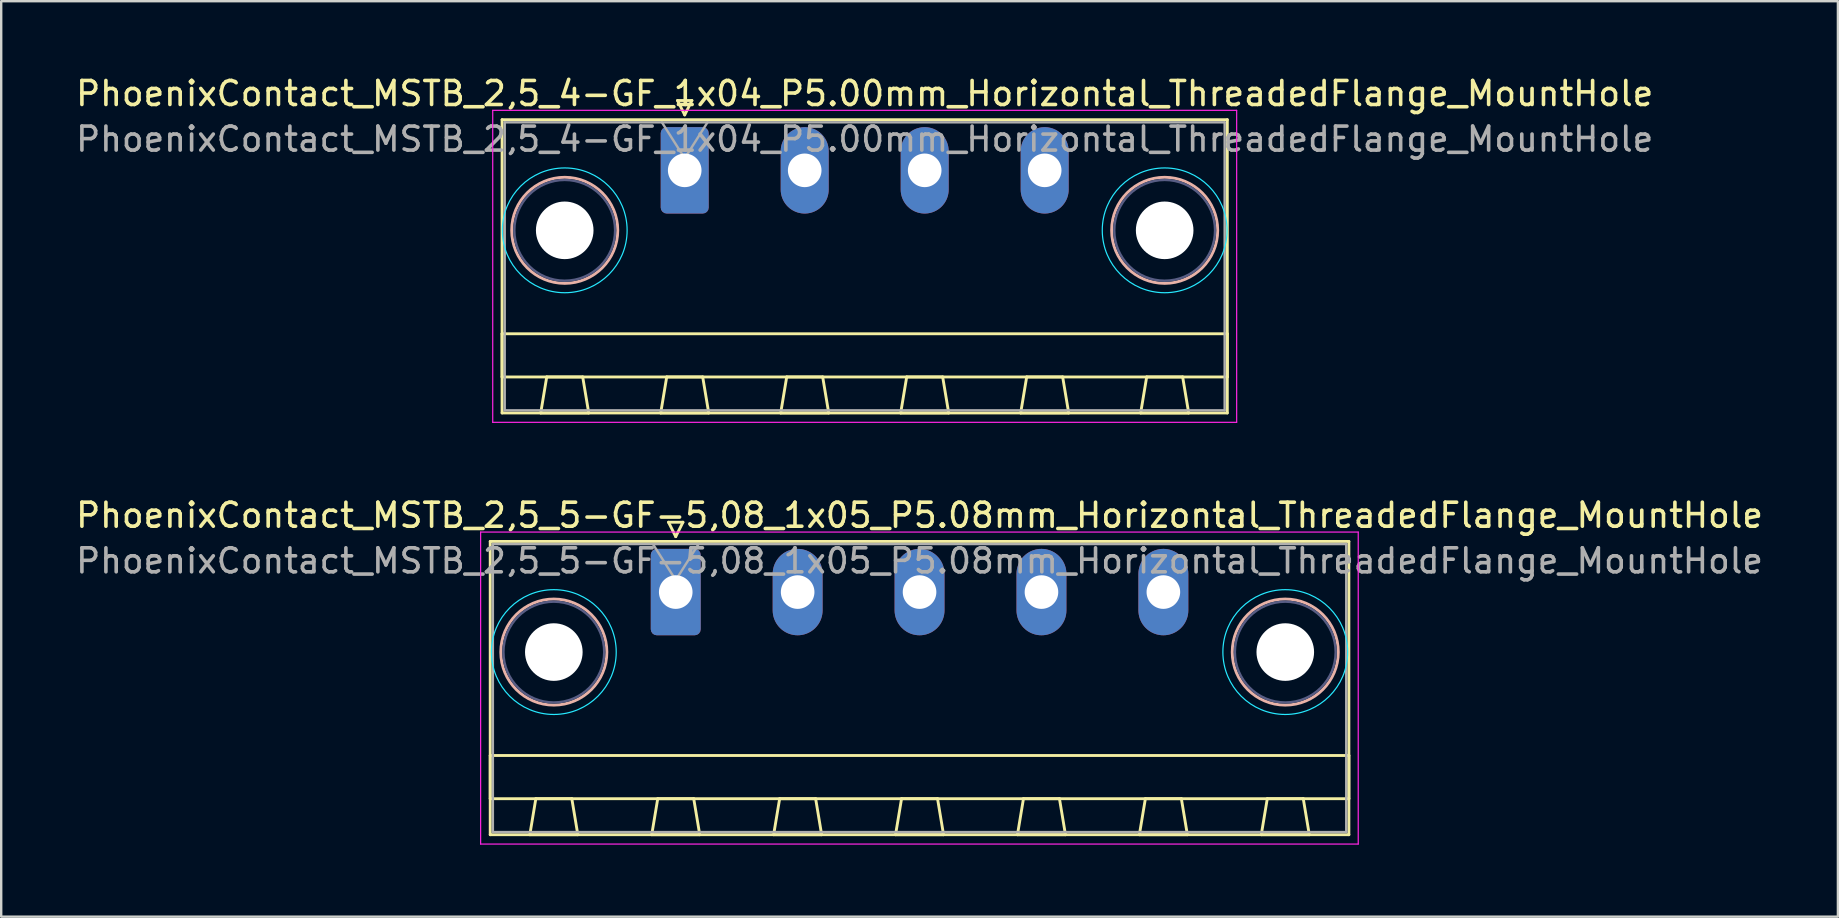
<source format=kicad_pcb>
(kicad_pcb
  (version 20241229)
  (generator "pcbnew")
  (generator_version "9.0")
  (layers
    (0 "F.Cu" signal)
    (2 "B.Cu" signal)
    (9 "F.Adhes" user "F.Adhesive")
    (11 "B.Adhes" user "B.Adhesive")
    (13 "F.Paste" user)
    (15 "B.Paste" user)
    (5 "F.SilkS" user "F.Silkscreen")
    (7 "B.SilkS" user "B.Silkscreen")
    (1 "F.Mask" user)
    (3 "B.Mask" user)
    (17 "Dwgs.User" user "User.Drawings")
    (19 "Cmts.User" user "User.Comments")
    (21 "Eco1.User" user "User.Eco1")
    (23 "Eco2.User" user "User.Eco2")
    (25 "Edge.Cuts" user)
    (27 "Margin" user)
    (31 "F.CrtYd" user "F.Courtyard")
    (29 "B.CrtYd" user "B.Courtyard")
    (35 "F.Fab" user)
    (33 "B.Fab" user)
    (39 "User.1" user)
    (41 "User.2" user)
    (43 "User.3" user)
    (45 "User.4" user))
  (footprint "PhoenixContact_MSTB_2,5_4-GF_1x04_P5.00mm_Horizontal_ThreadedFlange_MountHole"
    (layer "F.Cu")
    (at 25.482 4.048)
    (property "Reference" "PhoenixContact_MSTB_2,5_4-GF_1x04_P5.00mm_Horizontal_ThreadedFlange_MountHole" (at 7.5 -3.2 0) (layer "F.SilkS") (effects (font (size 1 1) (thickness 0.15))))
    (attr through_hole)
    (fp_line (start -7.61 -2.11) (end -7.61 10.11) (stroke (width 0.12) (type solid)) (layer "F.SilkS"))
    (fp_line (start -7.61 6.81) (end 22.61 6.81) (stroke (width 0.12) (type solid)) (layer "F.SilkS"))
    (fp_line (start -7.61 8.61) (end -7.61 6.81) (stroke (width 0.12) (type solid)) (layer "F.SilkS"))
    (fp_line (start -7.61 10.11) (end 22.61 10.11) (stroke (width 0.12) (type solid)) (layer "F.SilkS"))
    (fp_line (start -6 10.11) (end -4 10.11) (stroke (width 0.12) (type solid)) (layer "F.SilkS"))
    (fp_line (start -5.75 8.61) (end -6 10.11) (stroke (width 0.12) (type solid)) (layer "F.SilkS"))
    (fp_line (start -4.25 8.61) (end -5.75 8.61) (stroke (width 0.12) (type solid)) (layer "F.SilkS"))
    (fp_line (start -4 10.11) (end -4.25 8.61) (stroke (width 0.12) (type solid)) (layer "F.SilkS"))
    (fp_line (start -1 10.11) (end 1 10.11) (stroke (width 0.12) (type solid)) (layer "F.SilkS"))
    (fp_line (start -0.75 8.61) (end -1 10.11) (stroke (width 0.12) (type solid)) (layer "F.SilkS"))
    (fp_line (start -0.3 -2.91) (end 0.3 -2.91) (stroke (width 0.12) (type solid)) (layer "F.SilkS"))
    (fp_line (start 0 -2.31) (end -0.3 -2.91) (stroke (width 0.12) (type solid)) (layer "F.SilkS"))
    (fp_line (start 0.3 -2.91) (end 0 -2.31) (stroke (width 0.12) (type solid)) (layer "F.SilkS"))
    (fp_line (start 0.75 8.61) (end -0.75 8.61) (stroke (width 0.12) (type solid)) (layer "F.SilkS"))
    (fp_line (start 1 10.11) (end 0.75 8.61) (stroke (width 0.12) (type solid)) (layer "F.SilkS"))
    (fp_line (start 4 10.11) (end 6 10.11) (stroke (width 0.12) (type solid)) (layer "F.SilkS"))
    (fp_line (start 4.25 8.61) (end 4 10.11) (stroke (width 0.12) (type solid)) (layer "F.SilkS"))
    (fp_line (start 5.75 8.61) (end 4.25 8.61) (stroke (width 0.12) (type solid)) (layer "F.SilkS"))
    (fp_line (start 6 10.11) (end 5.75 8.61) (stroke (width 0.12) (type solid)) (layer "F.SilkS"))
    (fp_line (start 9 10.11) (end 11 10.11) (stroke (width 0.12) (type solid)) (layer "F.SilkS"))
    (fp_line (start 9.25 8.61) (end 9 10.11) (stroke (width 0.12) (type solid)) (layer "F.SilkS"))
    (fp_line (start 10.75 8.61) (end 9.25 8.61) (stroke (width 0.12) (type solid)) (layer "F.SilkS"))
    (fp_line (start 11 10.11) (end 10.75 8.61) (stroke (width 0.12) (type solid)) (layer "F.SilkS"))
    (fp_line (start 14 10.11) (end 16 10.11) (stroke (width 0.12) (type solid)) (layer "F.SilkS"))
    (fp_line (start 14.25 8.61) (end 14 10.11) (stroke (width 0.12) (type solid)) (layer "F.SilkS"))
    (fp_line (start 15.75 8.61) (end 14.25 8.61) (stroke (width 0.12) (type solid)) (layer "F.SilkS"))
    (fp_line (start 16 10.11) (end 15.75 8.61) (stroke (width 0.12) (type solid)) (layer "F.SilkS"))
    (fp_line (start 19 10.11) (end 21 10.11) (stroke (width 0.12) (type solid)) (layer "F.SilkS"))
    (fp_line (start 19.25 8.61) (end 19 10.11) (stroke (width 0.12) (type solid)) (layer "F.SilkS"))
    (fp_line (start 20.75 8.61) (end 19.25 8.61) (stroke (width 0.12) (type solid)) (layer "F.SilkS"))
    (fp_line (start 21 10.11) (end 20.75 8.61) (stroke (width 0.12) (type solid)) (layer "F.SilkS"))
    (fp_line (start 22.61 -2.11) (end -7.61 -2.11) (stroke (width 0.12) (type solid)) (layer "F.SilkS"))
    (fp_line (start 22.61 6.81) (end 22.61 8.61) (stroke (width 0.12) (type solid)) (layer "F.SilkS"))
    (fp_line (start 22.61 8.61) (end -7.61 8.61) (stroke (width 0.12) (type solid)) (layer "F.SilkS"))
    (fp_line (start 22.61 10.11) (end 22.61 -2.11) (stroke (width 0.12) (type solid)) (layer "F.SilkS"))
    (fp_circle (center -5 2.5) (end -2.79 2.5) (stroke (width 0.12) (type solid)) (fill no) (layer "B.SilkS"))
    (fp_circle (center 20 2.5) (end 22.21 2.5) (stroke (width 0.12) (type solid)) (fill no) (layer "B.SilkS"))
    (fp_circle (center -5 2.5) (end -2.4 2.5) (stroke (width 0.05) (type solid)) (fill no) (layer "B.CrtYd"))
    (fp_circle (center 20 2.5) (end 22.6 2.5) (stroke (width 0.05) (type solid)) (fill no) (layer "B.CrtYd"))
    (fp_line (start -8 -2.5) (end -8 10.5) (stroke (width 0.05) (type solid)) (layer "F.CrtYd"))
    (fp_line (start -8 10.5) (end 23 10.5) (stroke (width 0.05) (type solid)) (layer "F.CrtYd"))
    (fp_line (start 23 -2.5) (end -8 -2.5) (stroke (width 0.05) (type solid)) (layer "F.CrtYd"))
    (fp_line (start 23 10.5) (end 23 -2.5) (stroke (width 0.05) (type solid)) (layer "F.CrtYd"))
    (fp_circle (center -5 2.5) (end -2.9 2.5) (stroke (width 0.1) (type solid)) (fill no) (layer "B.Fab"))
    (fp_circle (center 20 2.5) (end 22.1 2.5) (stroke (width 0.1) (type solid)) (fill no) (layer "B.Fab"))
    (fp_line (start -7.5 -2) (end -7.5 10) (stroke (width 0.1) (type solid)) (layer "F.Fab"))
    (fp_line (start -7.5 10) (end 22.5 10) (stroke (width 0.1) (type solid)) (layer "F.Fab"))
    (fp_line (start 0 -0.5) (end -0.95 -2) (stroke (width 0.1) (type solid)) (layer "F.Fab"))
    (fp_line (start 0.95 -2) (end 0 -0.5) (stroke (width 0.1) (type solid)) (layer "F.Fab"))
    (fp_line (start 22.5 -2) (end -7.5 -2) (stroke (width 0.1) (type solid)) (layer "F.Fab"))
    (fp_line (start 22.5 10) (end 22.5 -2) (stroke (width 0.1) (type solid)) (layer "F.Fab"))
    (fp_text user "${REFERENCE}" (at 7.5 -1.3 0) (layer "F.Fab") (effects (font (size 1 1) (thickness 0.15))))
    (pad "" np_thru_hole circle (at -5 2.5) (size 2.4 2.4) (drill 2.4) (layers "*.Cu" "*.Mask"))
    (pad "" np_thru_hole circle (at 20 2.5) (size 2.4 2.4) (drill 2.4) (layers "*.Cu" "*.Mask"))
    (pad "1" thru_hole roundrect (at 0 0) (size 2 3.6) (drill 1.4) (layers "*.Cu" "*.Mask") (roundrect_rratio 0.125))
    (pad "2" thru_hole oval (at 5 0) (size 2 3.6) (drill 1.4) (layers "*.Cu" "*.Mask"))
    (pad "3" thru_hole oval (at 10 0) (size 2 3.6) (drill 1.4) (layers "*.Cu" "*.Mask"))
    (pad "4" thru_hole oval (at 15 0) (size 2 3.6) (drill 1.4) (layers "*.Cu" "*.Mask")))
  (footprint "PhoenixContact_MSTB_2,5_5-GF-5,08_1x05_P5.08mm_Horizontal_ThreadedFlange_MountHole"
    (layer "F.Cu")
    (at 25.108 21.622)
    (property "Reference" "PhoenixContact_MSTB_2,5_5-GF-5,08_1x05_P5.08mm_Horizontal_ThreadedFlange_MountHole" (at 10.16 -3.2 0) (layer "F.SilkS") (effects (font (size 1 1) (thickness 0.15))))
    (attr through_hole)
    (fp_line (start -7.73 -2.11) (end -7.73 10.11) (stroke (width 0.12) (type solid)) (layer "F.SilkS"))
    (fp_line (start -7.73 6.81) (end 28.05 6.81) (stroke (width 0.12) (type solid)) (layer "F.SilkS"))
    (fp_line (start -7.73 8.61) (end -7.73 6.81) (stroke (width 0.12) (type solid)) (layer "F.SilkS"))
    (fp_line (start -7.73 10.11) (end 28.05 10.11) (stroke (width 0.12) (type solid)) (layer "F.SilkS"))
    (fp_line (start -6.08 10.11) (end -4.08 10.11) (stroke (width 0.12) (type solid)) (layer "F.SilkS"))
    (fp_line (start -5.83 8.61) (end -6.08 10.11) (stroke (width 0.12) (type solid)) (layer "F.SilkS"))
    (fp_line (start -4.33 8.61) (end -5.83 8.61) (stroke (width 0.12) (type solid)) (layer "F.SilkS"))
    (fp_line (start -4.08 10.11) (end -4.33 8.61) (stroke (width 0.12) (type solid)) (layer "F.SilkS"))
    (fp_line (start -1 10.11) (end 1 10.11) (stroke (width 0.12) (type solid)) (layer "F.SilkS"))
    (fp_line (start -0.75 8.61) (end -1 10.11) (stroke (width 0.12) (type solid)) (layer "F.SilkS"))
    (fp_line (start -0.3 -2.91) (end 0.3 -2.91) (stroke (width 0.12) (type solid)) (layer "F.SilkS"))
    (fp_line (start 0 -2.31) (end -0.3 -2.91) (stroke (width 0.12) (type solid)) (layer "F.SilkS"))
    (fp_line (start 0.3 -2.91) (end 0 -2.31) (stroke (width 0.12) (type solid)) (layer "F.SilkS"))
    (fp_line (start 0.75 8.61) (end -0.75 8.61) (stroke (width 0.12) (type solid)) (layer "F.SilkS"))
    (fp_line (start 1 10.11) (end 0.75 8.61) (stroke (width 0.12) (type solid)) (layer "F.SilkS"))
    (fp_line (start 4.08 10.11) (end 6.08 10.11) (stroke (width 0.12) (type solid)) (layer "F.SilkS"))
    (fp_line (start 4.33 8.61) (end 4.08 10.11) (stroke (width 0.12) (type solid)) (layer "F.SilkS"))
    (fp_line (start 5.83 8.61) (end 4.33 8.61) (stroke (width 0.12) (type solid)) (layer "F.SilkS"))
    (fp_line (start 6.08 10.11) (end 5.83 8.61) (stroke (width 0.12) (type solid)) (layer "F.SilkS"))
    (fp_line (start 9.16 10.11) (end 11.16 10.11) (stroke (width 0.12) (type solid)) (layer "F.SilkS"))
    (fp_line (start 9.41 8.61) (end 9.16 10.11) (stroke (width 0.12) (type solid)) (layer "F.SilkS"))
    (fp_line (start 10.91 8.61) (end 9.41 8.61) (stroke (width 0.12) (type solid)) (layer "F.SilkS"))
    (fp_line (start 11.16 10.11) (end 10.91 8.61) (stroke (width 0.12) (type solid)) (layer "F.SilkS"))
    (fp_line (start 14.24 10.11) (end 16.24 10.11) (stroke (width 0.12) (type solid)) (layer "F.SilkS"))
    (fp_line (start 14.49 8.61) (end 14.24 10.11) (stroke (width 0.12) (type solid)) (layer "F.SilkS"))
    (fp_line (start 15.99 8.61) (end 14.49 8.61) (stroke (width 0.12) (type solid)) (layer "F.SilkS"))
    (fp_line (start 16.24 10.11) (end 15.99 8.61) (stroke (width 0.12) (type solid)) (layer "F.SilkS"))
    (fp_line (start 19.32 10.11) (end 21.32 10.11) (stroke (width 0.12) (type solid)) (layer "F.SilkS"))
    (fp_line (start 19.57 8.61) (end 19.32 10.11) (stroke (width 0.12) (type solid)) (layer "F.SilkS"))
    (fp_line (start 21.07 8.61) (end 19.57 8.61) (stroke (width 0.12) (type solid)) (layer "F.SilkS"))
    (fp_line (start 21.32 10.11) (end 21.07 8.61) (stroke (width 0.12) (type solid)) (layer "F.SilkS"))
    (fp_line (start 24.4 10.11) (end 26.4 10.11) (stroke (width 0.12) (type solid)) (layer "F.SilkS"))
    (fp_line (start 24.65 8.61) (end 24.4 10.11) (stroke (width 0.12) (type solid)) (layer "F.SilkS"))
    (fp_line (start 26.15 8.61) (end 24.65 8.61) (stroke (width 0.12) (type solid)) (layer "F.SilkS"))
    (fp_line (start 26.4 10.11) (end 26.15 8.61) (stroke (width 0.12) (type solid)) (layer "F.SilkS"))
    (fp_line (start 28.05 -2.11) (end -7.73 -2.11) (stroke (width 0.12) (type solid)) (layer "F.SilkS"))
    (fp_line (start 28.05 6.81) (end 28.05 8.61) (stroke (width 0.12) (type solid)) (layer "F.SilkS"))
    (fp_line (start 28.05 8.61) (end -7.73 8.61) (stroke (width 0.12) (type solid)) (layer "F.SilkS"))
    (fp_line (start 28.05 10.11) (end 28.05 -2.11) (stroke (width 0.12) (type solid)) (layer "F.SilkS"))
    (fp_circle (center -5.08 2.5) (end -2.87 2.5) (stroke (width 0.12) (type solid)) (fill no) (layer "B.SilkS"))
    (fp_circle (center 25.4 2.5) (end 27.61 2.5) (stroke (width 0.12) (type solid)) (fill no) (layer "B.SilkS"))
    (fp_circle (center -5.08 2.5) (end -2.48 2.5) (stroke (width 0.05) (type solid)) (fill no) (layer "B.CrtYd"))
    (fp_circle (center 25.4 2.5) (end 28 2.5) (stroke (width 0.05) (type solid)) (fill no) (layer "B.CrtYd"))
    (fp_line (start -8.13 -2.5) (end -8.13 10.5) (stroke (width 0.05) (type solid)) (layer "F.CrtYd"))
    (fp_line (start -8.13 10.5) (end 28.44 10.5) (stroke (width 0.05) (type solid)) (layer "F.CrtYd"))
    (fp_line (start 28.44 -2.5) (end -8.13 -2.5) (stroke (width 0.05) (type solid)) (layer "F.CrtYd"))
    (fp_line (start 28.44 10.5) (end 28.44 -2.5) (stroke (width 0.05) (type solid)) (layer "F.CrtYd"))
    (fp_circle (center -5.08 2.5) (end -2.98 2.5) (stroke (width 0.1) (type solid)) (fill no) (layer "B.Fab"))
    (fp_circle (center 25.4 2.5) (end 27.5 2.5) (stroke (width 0.1) (type solid)) (fill no) (layer "B.Fab"))
    (fp_line (start -7.62 -2) (end -7.62 10) (stroke (width 0.1) (type solid)) (layer "F.Fab"))
    (fp_line (start -7.62 10) (end 27.94 10) (stroke (width 0.1) (type solid)) (layer "F.Fab"))
    (fp_line (start 0 -0.5) (end -0.95 -2) (stroke (width 0.1) (type solid)) (layer "F.Fab"))
    (fp_line (start 0.95 -2) (end 0 -0.5) (stroke (width 0.1) (type solid)) (layer "F.Fab"))
    (fp_line (start 27.94 -2) (end -7.62 -2) (stroke (width 0.1) (type solid)) (layer "F.Fab"))
    (fp_line (start 27.94 10) (end 27.94 -2) (stroke (width 0.1) (type solid)) (layer "F.Fab"))
    (fp_text user "${REFERENCE}" (at 10.16 -1.3 0) (layer "F.Fab") (effects (font (size 1 1) (thickness 0.15))))
    (pad "" np_thru_hole circle (at -5.08 2.5) (size 2.4 2.4) (drill 2.4) (layers "*.Cu" "*.Mask"))
    (pad "" np_thru_hole circle (at 25.4 2.5) (size 2.4 2.4) (drill 2.4) (layers "*.Cu" "*.Mask"))
    (pad "1" thru_hole roundrect (at 0 0) (size 2.08 3.6) (drill 1.4) (layers "*.Cu" "*.Mask") (roundrect_rratio 0.12))
    (pad "2" thru_hole oval (at 5.08 0) (size 2.08 3.6) (drill 1.4) (layers "*.Cu" "*.Mask"))
    (pad "3" thru_hole oval (at 10.16 0) (size 2.08 3.6) (drill 1.4) (layers "*.Cu" "*.Mask"))
    (pad "4" thru_hole oval (at 15.24 0) (size 2.08 3.6) (drill 1.4) (layers "*.Cu" "*.Mask"))
    (pad "5" thru_hole oval (at 20.32 0) (size 2.08 3.6) (drill 1.4) (layers "*.Cu" "*.Mask")))
  (gr_rect
    (start -3 -3)
    (end 73.536 35.147)
    (stroke (width 0.1) (type default))
    (fill no)
    (layer "Edge.Cuts")))
</source>
